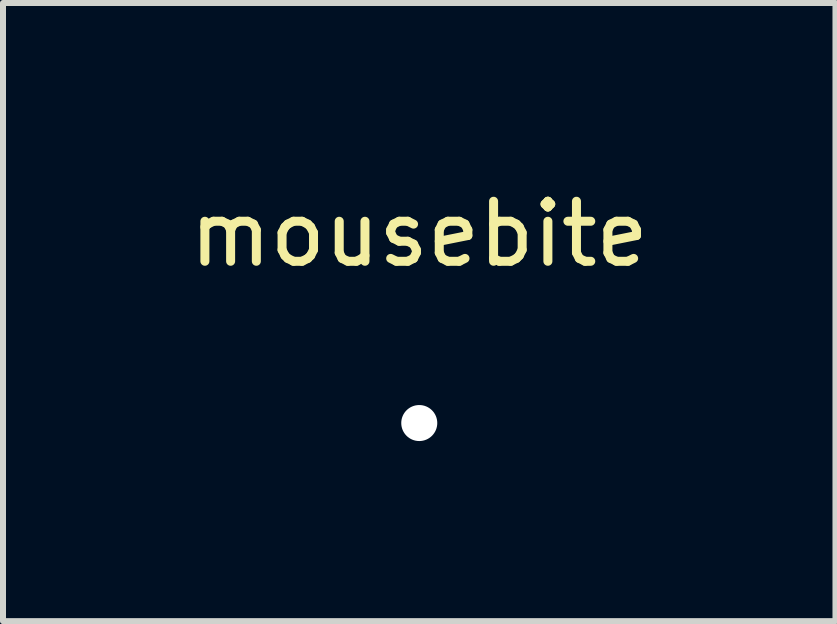
<source format=kicad_pcb>
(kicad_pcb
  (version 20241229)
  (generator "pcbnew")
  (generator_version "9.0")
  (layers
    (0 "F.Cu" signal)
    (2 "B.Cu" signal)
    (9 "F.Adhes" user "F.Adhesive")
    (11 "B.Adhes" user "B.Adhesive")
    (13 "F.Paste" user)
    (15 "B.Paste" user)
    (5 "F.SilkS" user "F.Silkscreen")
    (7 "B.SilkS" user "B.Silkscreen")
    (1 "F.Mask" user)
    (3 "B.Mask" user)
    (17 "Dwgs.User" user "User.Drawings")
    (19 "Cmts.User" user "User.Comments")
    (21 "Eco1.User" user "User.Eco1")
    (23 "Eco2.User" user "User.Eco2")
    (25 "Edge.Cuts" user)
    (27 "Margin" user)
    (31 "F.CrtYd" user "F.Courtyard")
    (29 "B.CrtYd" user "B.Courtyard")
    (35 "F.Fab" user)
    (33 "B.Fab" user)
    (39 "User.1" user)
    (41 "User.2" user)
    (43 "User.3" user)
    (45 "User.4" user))
  (footprint "mousebite"
    (layer "F.Cu")
    (at 3.935 3.998)
    (property "Reference" "mousebite" (at 0 -3.15 0) (layer "F.SilkS") (effects (font (size 1 1) (thickness 0.15))))
    (attr exclude_from_pos_files exclude_from_bom)
    (pad "" np_thru_hole circle (at 0 0) (size 0.6 0.6) (drill 0.6) (layers "*.Cu" "*.Mask")))
  (gr_rect
    (start -3 -3)
    (end 10.869 7.298)
    (stroke (width 0.1) (type default))
    (fill no)
    (layer "Edge.Cuts")))
</source>
